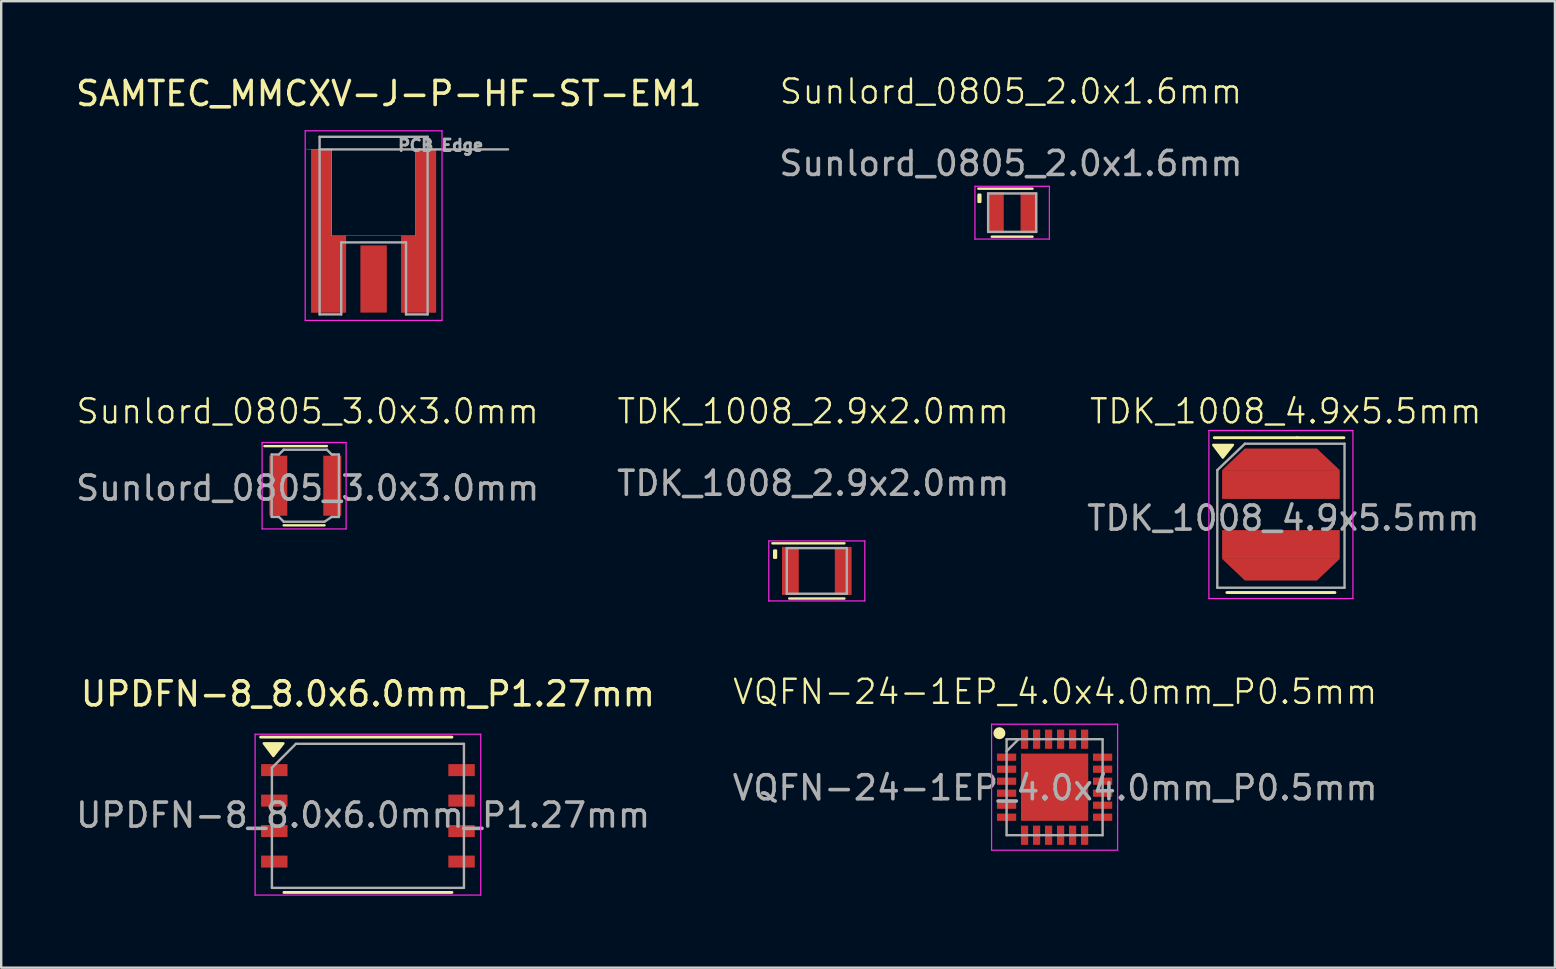
<source format=kicad_pcb>
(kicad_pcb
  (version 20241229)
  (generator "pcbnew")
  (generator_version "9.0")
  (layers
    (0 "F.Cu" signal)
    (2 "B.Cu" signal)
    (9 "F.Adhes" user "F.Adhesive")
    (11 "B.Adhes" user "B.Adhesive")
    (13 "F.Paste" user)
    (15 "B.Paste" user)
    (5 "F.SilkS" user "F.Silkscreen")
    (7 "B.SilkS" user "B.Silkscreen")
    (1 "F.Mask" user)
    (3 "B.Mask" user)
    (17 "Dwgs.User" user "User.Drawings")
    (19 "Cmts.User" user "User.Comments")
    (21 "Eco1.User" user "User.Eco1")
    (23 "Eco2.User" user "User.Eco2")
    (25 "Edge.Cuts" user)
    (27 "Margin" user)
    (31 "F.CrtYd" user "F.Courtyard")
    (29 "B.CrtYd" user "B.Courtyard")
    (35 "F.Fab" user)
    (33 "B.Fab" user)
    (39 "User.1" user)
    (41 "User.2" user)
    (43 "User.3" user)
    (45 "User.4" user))
  (footprint "Sunlord_0805_2.0x1.6mm"
    (layer "F.Cu")
    (at 39.065 1.26)
    (property "Reference" "Sunlord_0805_2.0x1.6mm" (at 0 -0.5 0) (unlocked yes) (layer "F.SilkS") (effects (font (size 1 1) (thickness 0.1))))
    (attr smd)
    (fp_line (start -1.36 3.55) (end 0.9 3.55) (stroke (width 0.1) (type solid)) (layer "F.SilkS"))
    (fp_line (start 0.9 5.55) (end -0.8 5.55) (stroke (width 0.1) (type solid)) (layer "F.SilkS"))
    (fp_rect (start -1.35 3.8) (end -1.275 4.1) (stroke (width 0.1) (type solid)) (fill yes) (layer "F.SilkS"))
    (fp_line (start -1.5 3.45) (end 1.6 3.45) (stroke (width 0.05) (type solid)) (layer "F.CrtYd"))
    (fp_line (start -1.5 5.65) (end -1.5 3.45) (stroke (width 0.05) (type solid)) (layer "F.CrtYd"))
    (fp_line (start 1.6 3.45) (end 1.6 5.65) (stroke (width 0.05) (type solid)) (layer "F.CrtYd"))
    (fp_line (start 1.6 5.65) (end -1.5 5.65) (stroke (width 0.05) (type solid)) (layer "F.CrtYd"))
    (fp_line (start -0.95 3.75) (end 1.05 3.75) (stroke (width 0.1) (type solid)) (layer "F.Fab"))
    (fp_line (start -0.95 5.35) (end -0.95 3.75) (stroke (width 0.1) (type solid)) (layer "F.Fab"))
    (fp_line (start 1.05 3.75) (end 1.05 5.35) (stroke (width 0.1) (type solid)) (layer "F.Fab"))
    (fp_line (start 1.05 5.35) (end -0.95 5.35) (stroke (width 0.1) (type solid)) (layer "F.Fab"))
    (fp_text user "${REFERENCE}" (at 0 2.5 0) (unlocked yes) (layer "F.Fab") (effects (font (size 1 1) (thickness 0.15))))
    (pad "1" smd rect (at -0.65 4.55) (size 0.7 1.7) (layers "F.Cu" "F.Mask" "F.Paste"))
    (pad "2" smd rect (at 0.75 4.55) (size 0.7 1.7) (layers "F.Cu" "F.Mask" "F.Paste")))
  (footprint "TDK_1008_4.9x5.5mm"
    (layer "F.Cu")
    (at 50.311 18.384)
    (property "Reference" "TDK_1008_4.9x5.5mm" (at 0.2 -4.3 0) (unlocked yes) (layer "F.SilkS") (effects (font (size 1 1) (thickness 0.1))))
    (attr smd)
    (fp_line (start 0.675 -3.2) (end -2.775 -3.2) (stroke (width 0.12) (type solid)) (layer "F.SilkS"))
    (fp_line (start 0.675 -3.2) (end 2.625 -3.2) (stroke (width 0.12) (type solid)) (layer "F.SilkS"))
    (fp_line (start 2.25 3.25) (end -2.25 3.25) (stroke (width 0.12) (type solid)) (layer "F.SilkS"))
    (fp_poly (pts (xy -2.82 -2.9) (xy -2 -2.9) (xy -2.42 -2.37)) (stroke (width 0.1) (type solid)) (fill yes) (layer "F.SilkS"))
    (fp_line (start -3 -3.5) (end 3 -3.5) (stroke (width 0.05) (type default)) (layer "F.CrtYd"))
    (fp_line (start -3 3.5) (end -3 -3.5) (stroke (width 0.05) (type default)) (layer "F.CrtYd"))
    (fp_line (start 3 -3.5) (end 3 3.5) (stroke (width 0.05) (type default)) (layer "F.CrtYd"))
    (fp_line (start 3 3.5) (end -3 3.5) (stroke (width 0.05) (type default)) (layer "F.CrtYd"))
    (fp_line (start -2.65 3.05) (end -2.65 -1.85) (stroke (width 0.1) (type default)) (layer "F.Fab"))
    (fp_line (start -1.5 -2.95) (end -2.65 -1.85) (stroke (width 0.1) (type default)) (layer "F.Fab"))
    (fp_line (start -1.5 -2.95) (end 2.65 -2.95) (stroke (width 0.1) (type default)) (layer "F.Fab"))
    (fp_line (start 2.65 -2.95) (end 2.65 3.05) (stroke (width 0.1) (type default)) (layer "F.Fab"))
    (fp_line (start 2.65 3.05) (end -2.65 3.05) (stroke (width 0.1) (type default)) (layer "F.Fab"))
    (fp_text user "${REFERENCE}" (at 0.1 0.15 0) (unlocked yes) (layer "F.Fab") (effects (font (size 1 1) (thickness 0.15))))
    (pad "1" smd trapezoid (at 0 -2.3) (size 3.95 0.9) (rect_delta 0 0.95) (layers "F.Cu" "F.Mask" "F.Paste"))
    (pad "1" smd rect (at 0 -1.25) (size 4.9 1.2) (layers "F.Cu" "F.Mask" "F.Paste"))
    (pad "2" smd rect (at 0 1.25 180) (size 4.9 1.2) (layers "F.Cu" "F.Mask" "F.Paste"))
    (pad "2" smd trapezoid (at 0 2.3 180) (size 3.95 0.9) (rect_delta 0 0.95) (layers "F.Cu" "F.Mask" "F.Paste")))
  (footprint "VQFN-24-1EP_4.0x4.0mm_P0.5mm"
    (layer "F.Cu")
    (at 40.908 26.269)
    (property "Reference" "VQFN-24-1EP_4.0x4.0mm_P0.5mm" (at 0 -0.5 0) (unlocked yes) (layer "F.SilkS") (effects (font (size 1 1) (thickness 0.1))))
    (attr smd)
    (fp_circle (center -2.325 1.225) (end -2.325 1.35) (stroke (width 0.25) (type solid)) (fill no) (layer "F.SilkS"))
    (fp_line (start -2.65 0.85) (end 2.6 0.85) (stroke (width 0.05) (type solid)) (layer "F.CrtYd"))
    (fp_line (start -2.65 6.1) (end -2.65 0.85) (stroke (width 0.05) (type solid)) (layer "F.CrtYd"))
    (fp_line (start 2.6 0.85) (end 2.6 6.1) (stroke (width 0.05) (type solid)) (layer "F.CrtYd"))
    (fp_line (start 2.6 6.1) (end -2.65 6.1) (stroke (width 0.05) (type solid)) (layer "F.CrtYd"))
    (fp_line (start -2.025 1.475) (end 1.975 1.475) (stroke (width 0.1) (type solid)) (layer "F.Fab"))
    (fp_line (start -2.025 1.975) (end -1.525 1.475) (stroke (width 0.1) (type solid)) (layer "F.Fab"))
    (fp_line (start -2.025 5.475) (end -2.025 1.475) (stroke (width 0.1) (type solid)) (layer "F.Fab"))
    (fp_line (start 1.975 1.475) (end 1.975 5.475) (stroke (width 0.1) (type solid)) (layer "F.Fab"))
    (fp_line (start 1.975 5.475) (end -2.025 5.475) (stroke (width 0.1) (type solid)) (layer "F.Fab"))
    (fp_text user "${REFERENCE}" (at 0 3.5 0) (unlocked yes) (layer "F.Fab") (effects (font (size 1 1) (thickness 0.15))))
    (pad "1" smd rect (at -2.025 2.225 90) (size 0.3 0.8) (layers "F.Cu" "F.Mask" "F.Paste"))
    (pad "2" smd rect (at -2.025 2.725 90) (size 0.3 0.8) (layers "F.Cu" "F.Mask" "F.Paste"))
    (pad "3" smd rect (at -2.025 3.225 90) (size 0.3 0.8) (layers "F.Cu" "F.Mask" "F.Paste"))
    (pad "4" smd rect (at -2.025 3.725 90) (size 0.3 0.8) (layers "F.Cu" "F.Mask" "F.Paste"))
    (pad "5" smd rect (at -2.025 4.225 90) (size 0.3 0.8) (layers "F.Cu" "F.Mask" "F.Paste"))
    (pad "6" smd rect (at -2.025 4.725 90) (size 0.3 0.8) (layers "F.Cu" "F.Mask" "F.Paste"))
    (pad "7" smd rect (at -1.275 5.475) (size 0.3 0.8) (layers "F.Cu" "F.Mask" "F.Paste"))
    (pad "8" smd rect (at -0.775 5.475) (size 0.3 0.8) (layers "F.Cu" "F.Mask" "F.Paste"))
    (pad "9" smd rect (at -0.275 5.475) (size 0.3 0.8) (layers "F.Cu" "F.Mask" "F.Paste"))
    (pad "10" smd rect (at 0.225 5.475) (size 0.3 0.8) (layers "F.Cu" "F.Mask" "F.Paste"))
    (pad "11" smd rect (at 0.725 5.475) (size 0.3 0.8) (layers "F.Cu" "F.Mask" "F.Paste"))
    (pad "12" smd rect (at 1.225 5.475) (size 0.3 0.8) (layers "F.Cu" "F.Mask" "F.Paste"))
    (pad "13" smd rect (at 1.975 4.725 90) (size 0.3 0.8) (layers "F.Cu" "F.Mask" "F.Paste"))
    (pad "14" smd rect (at 1.975 4.225 90) (size 0.3 0.8) (layers "F.Cu" "F.Mask" "F.Paste"))
    (pad "15" smd rect (at 1.975 3.725 90) (size 0.3 0.8) (layers "F.Cu" "F.Mask" "F.Paste"))
    (pad "16" smd rect (at 1.975 3.225 90) (size 0.3 0.8) (layers "F.Cu" "F.Mask" "F.Paste"))
    (pad "17" smd rect (at 1.975 2.725 90) (size 0.3 0.8) (layers "F.Cu" "F.Mask" "F.Paste"))
    (pad "18" smd rect (at 1.975 2.225 90) (size 0.3 0.8) (layers "F.Cu" "F.Mask" "F.Paste"))
    (pad "19" smd rect (at 1.225 1.475) (size 0.3 0.8) (layers "F.Cu" "F.Mask" "F.Paste"))
    (pad "20" smd rect (at 0.725 1.475) (size 0.3 0.8) (layers "F.Cu" "F.Mask" "F.Paste"))
    (pad "21" smd rect (at 0.225 1.475) (size 0.3 0.8) (layers "F.Cu" "F.Mask" "F.Paste"))
    (pad "22" smd rect (at -0.275 1.475) (size 0.3 0.8) (layers "F.Cu" "F.Mask" "F.Paste"))
    (pad "23" smd rect (at -0.775 1.475) (size 0.3 0.8) (layers "F.Cu" "F.Mask" "F.Paste"))
    (pad "24" smd rect (at -1.275 1.475) (size 0.3 0.8) (layers "F.Cu" "F.Mask" "F.Paste"))
    (pad "25" smd rect (at -0.025 3.475) (size 2.8 2.8) (layers "F.Cu" "F.Mask" "F.Paste")))
  (footprint "UPDFN-8_8.0x6.0mm_P1.27mm"
    (layer "F.Cu")
    (at 12.277 30.937)
    (property "Reference" "UPDFN-8_8.0x6.0mm_P1.27mm" (at 0 -5.08 0) (layer "F.SilkS") (effects (font (size 1 1) (thickness 0.15))))
    (attr smd)
    (fp_line (start -4.47 -3.28) (end 3.5 -3.28) (stroke (width 0.12) (type solid)) (layer "F.SilkS"))
    (fp_line (start -3.5 3.19) (end 3.5 3.19) (stroke (width 0.12) (type solid)) (layer "F.SilkS"))
    (fp_poly (pts (xy -4.34 -3.02) (xy -3.52 -3.02) (xy -3.94 -2.49)) (stroke (width 0.1) (type solid)) (fill yes) (layer "F.SilkS"))
    (fp_line (start -4.7 -3.4) (end 4.7 -3.4) (stroke (width 0.05) (type solid)) (layer "F.CrtYd"))
    (fp_line (start -4.7 3.3) (end -4.7 -3.4) (stroke (width 0.05) (type solid)) (layer "F.CrtYd"))
    (fp_line (start 4.7 -3.4) (end 4.7 3.3) (stroke (width 0.05) (type solid)) (layer "F.CrtYd"))
    (fp_line (start 4.7 3.3) (end -4.7 3.3) (stroke (width 0.05) (type solid)) (layer "F.CrtYd"))
    (fp_line (start -4 3) (end -4 -2) (stroke (width 0.1) (type solid)) (layer "F.Fab"))
    (fp_line (start -3 -3) (end -4 -2) (stroke (width 0.1) (type default)) (layer "F.Fab"))
    (fp_line (start -3 -3) (end 4 -3) (stroke (width 0.1) (type solid)) (layer "F.Fab"))
    (fp_line (start 4 -3) (end 4 3) (stroke (width 0.1) (type solid)) (layer "F.Fab"))
    (fp_line (start 4 3) (end -4 3) (stroke (width 0.1) (type solid)) (layer "F.Fab"))
    (fp_text user "${REFERENCE}" (at -0.2 -0.03 0) (layer "F.Fab") (effects (font (size 1 1) (thickness 0.15))))
    (pad "1" smd rect (at -3.9 -1.905 270) (size 0.5 1.1) (layers "F.Cu" "F.Mask" "F.Paste"))
    (pad "2" smd rect (at -3.9 -0.635 270) (size 0.5 1.1) (layers "F.Cu" "F.Mask" "F.Paste"))
    (pad "3" smd rect (at -3.9 0.635 270) (size 0.5 1.1) (layers "F.Cu" "F.Mask" "F.Paste"))
    (pad "4" smd rect (at -3.9 1.905 270) (size 0.5 1.1) (layers "F.Cu" "F.Mask" "F.Paste"))
    (pad "5" smd rect (at 3.9 1.905 270) (size 0.5 1.1) (layers "F.Cu" "F.Mask" "F.Paste"))
    (pad "6" smd rect (at 3.9 0.635 270) (size 0.5 1.1) (layers "F.Cu" "F.Mask" "F.Paste"))
    (pad "7" smd rect (at 3.9 -0.635 270) (size 0.5 1.1) (layers "F.Cu" "F.Mask" "F.Paste"))
    (pad "8" smd rect (at 3.9 -1.905 270) (size 0.5 1.1) (layers "F.Cu" "F.Mask" "F.Paste")))
  (footprint "Sunlord_0805_3.0x3.0mm"
    (layer "F.Cu")
    (at 9.768 14.584)
    (property "Reference" "Sunlord_0805_3.0x3.0mm" (at 0 -0.5 0) (unlocked yes) (layer "F.SilkS") (effects (font (size 1 1) (thickness 0.1))))
    (attr smd)
    (fp_line (start -1.8 0.95) (end 0.8 0.95) (stroke (width 0.1) (type solid)) (layer "F.SilkS"))
    (fp_line (start 0.7 4.25) (end -1 4.25) (stroke (width 0.1) (type solid)) (layer "F.SilkS"))
    (fp_line (start -1.9 0.8) (end 1.6 0.8) (stroke (width 0.05) (type solid)) (layer "F.CrtYd"))
    (fp_line (start -1.9 4.4) (end -1.9 0.8) (stroke (width 0.05) (type default)) (layer "F.CrtYd"))
    (fp_line (start 1.6 0.8) (end 1.6 4.4) (stroke (width 0.05) (type solid)) (layer "F.CrtYd"))
    (fp_line (start 1.6 4.4) (end -1.9 4.4) (stroke (width 0.05) (type solid)) (layer "F.CrtYd"))
    (fp_line (start -1.5 1.3) (end -1.2 1.3) (stroke (width 0.1) (type default)) (layer "F.Fab"))
    (fp_line (start -1.5 3.9) (end -1.5 1.3) (stroke (width 0.1) (type solid)) (layer "F.Fab"))
    (fp_line (start -1.5 3.9) (end -1.2 3.9) (stroke (width 0.1) (type default)) (layer "F.Fab"))
    (fp_line (start -1.2 1.3) (end -1 1.1) (stroke (width 0.1) (type default)) (layer "F.Fab"))
    (fp_line (start -1.2 3.9) (end -1 4.1) (stroke (width 0.1) (type default)) (layer "F.Fab"))
    (fp_line (start -1 1.1) (end 0.8 1.1) (stroke (width 0.1) (type solid)) (layer "F.Fab"))
    (fp_line (start 0.7 4.1) (end -1 4.1) (stroke (width 0.1) (type solid)) (layer "F.Fab"))
    (fp_line (start 1 1.3) (end 0.8 1.1) (stroke (width 0.1) (type default)) (layer "F.Fab"))
    (fp_line (start 1 3.9) (end 0.7 4.1) (stroke (width 0.1) (type default)) (layer "F.Fab"))
    (fp_line (start 1.1 1.3) (end 1 1.3) (stroke (width 0.1) (type default)) (layer "F.Fab"))
    (fp_line (start 1.3 1.3) (end 1.1 1.3) (stroke (width 0.1) (type default)) (layer "F.Fab"))
    (fp_line (start 1.3 1.3) (end 1.3 3.9) (stroke (width 0.1) (type solid)) (layer "F.Fab"))
    (fp_line (start 1.3 3.9) (end 1 3.9) (stroke (width 0.1) (type default)) (layer "F.Fab"))
    (fp_text user "${REFERENCE}" (at 0 2.7 0) (unlocked yes) (layer "F.Fab") (effects (font (size 1 1) (thickness 0.15))))
    (pad "1" smd rect (at -1.225 2.6) (size 0.75 2.5) (layers "F.Cu" "F.Mask" "F.Paste"))
    (pad "2" smd rect (at 1.025 2.6) (size 0.75 2.5) (layers "F.Cu" "F.Mask" "F.Paste")))
  (footprint "TDK_1008_2.9x2.0mm"
    (layer "F.Cu")
    (at 30.827 14.584)
    (property "Reference" "TDK_1008_2.9x2.0mm" (at 0 -0.5 0) (unlocked yes) (layer "F.SilkS") (effects (font (size 1 1) (thickness 0.1))))
    (attr smd)
    (fp_line (start -1.7 5) (end 1.3 5) (stroke (width 0.1) (type solid)) (layer "F.SilkS"))
    (fp_line (start 1.3 7.3) (end -1 7.3) (stroke (width 0.1) (type solid)) (layer "F.SilkS"))
    (fp_rect (start -1.625 5.3) (end -1.55 5.6) (stroke (width 0.1) (type solid)) (fill yes) (layer "F.SilkS"))
    (fp_line (start -1.85 4.9) (end 2.15 4.9) (stroke (width 0.05) (type solid)) (layer "F.CrtYd"))
    (fp_line (start -1.85 7.4) (end -1.85 4.9) (stroke (width 0.05) (type solid)) (layer "F.CrtYd"))
    (fp_line (start 2.15 4.9) (end 2.15 7.4) (stroke (width 0.05) (type solid)) (layer "F.CrtYd"))
    (fp_line (start 2.15 7.4) (end -1.85 7.4) (stroke (width 0.05) (type solid)) (layer "F.CrtYd"))
    (fp_line (start -1.1 5.2) (end 1.4 5.2) (stroke (width 0.1) (type solid)) (layer "F.Fab"))
    (fp_line (start -1.1 7.1) (end -1.1 5.2) (stroke (width 0.1) (type solid)) (layer "F.Fab"))
    (fp_line (start 1.4 5.2) (end 1.4 7.1) (stroke (width 0.1) (type solid)) (layer "F.Fab"))
    (fp_line (start 1.4 7.1) (end -1.1 7.1) (stroke (width 0.1) (type solid)) (layer "F.Fab"))
    (fp_text user "${REFERENCE}" (at 0 2.5 0) (unlocked yes) (layer "F.Fab") (effects (font (size 1 1) (thickness 0.15))))
    (pad "1" smd rect (at -0.95 6.15) (size 0.7 2) (layers "F.Cu" "F.Mask" "F.Paste"))
    (pad "2" smd rect (at 1.25 6.15) (size 0.7 2) (layers "F.Cu" "F.Mask" "F.Paste")))
  (footprint "SAMTEC_MMCXV-J-P-HF-ST-EM1"
    (layer "F.Cu")
    (at 12.514 6.563)
    (property "Reference" "SAMTEC_MMCXV-J-P-HF-ST-EM1" (at 0.635 -5.715 0) (layer "F.SilkS") (effects (font (size 1 1) (thickness 0.15))))
    (attr smd)
    (fp_poly (pts (xy -2.7 -3.49) (xy -2.7 3.51) (xy -1.05 3.51) (xy -1.05 0.11) (xy -1.28 0.11) (xy -1.64 0.11) (xy -1.64 -3.49)) (stroke (width 0.01) (type solid)) (fill yes) (layer "F.Mask"))
    (fp_poly (pts (xy 2.7 -3.49) (xy 2.7 3.51) (xy 1.05 3.51) (xy 1.05 0.11) (xy 1.28 0.11) (xy 1.64 0.11) (xy 1.64 -3.49)) (stroke (width 0.01) (type solid)) (fill yes) (layer "F.Mask"))
    (fp_poly (pts (xy -2.6 -3.39) (xy -2.6 3.41) (xy -1.15 3.41) (xy -1.15 0.21) (xy -1.23 0.21) (xy -1.74 0.21) (xy -1.74 -3.39)) (stroke (width 0.01) (type solid)) (fill yes) (layer "F.Paste"))
    (fp_poly (pts (xy 2.6 -3.39) (xy 2.6 3.41) (xy 1.15 3.41) (xy 1.15 0.21) (xy 1.23 0.21) (xy 1.74 0.21) (xy 1.74 -3.39)) (stroke (width 0.01) (type solid)) (fill yes) (layer "F.Paste"))
    (fp_line (start -2.8 -3.39) (end -1.74 -3.39) (stroke (width 0.01) (type solid)) (layer "Edge.Cuts"))
    (fp_line (start -1.74 -3.39) (end -1.74 0.21) (stroke (width 0.01) (type solid)) (layer "Edge.Cuts"))
    (fp_line (start -1.74 0.21) (end -1.23 0.21) (stroke (width 0.01) (type solid)) (layer "Edge.Cuts"))
    (fp_line (start -1.23 0.21) (end 1.23 0.21) (stroke (width 0.01) (type solid)) (layer "Edge.Cuts"))
    (fp_line (start 1.23 0.21) (end 1.74 0.21) (stroke (width 0.01) (type solid)) (layer "Edge.Cuts"))
    (fp_line (start 1.74 -3.39) (end 2.8 -3.39) (stroke (width 0.01) (type solid)) (layer "Edge.Cuts"))
    (fp_line (start 1.74 0.21) (end 1.74 -3.39) (stroke (width 0.01) (type solid)) (layer "Edge.Cuts"))
    (fp_line (start -2.85 -4.165) (end 2.85 -4.165) (stroke (width 0.05) (type solid)) (layer "F.CrtYd"))
    (fp_line (start -2.85 3.735) (end -2.85 -4.165) (stroke (width 0.05) (type solid)) (layer "F.CrtYd"))
    (fp_line (start 2.85 -4.165) (end 2.85 3.735) (stroke (width 0.05) (type solid)) (layer "F.CrtYd"))
    (fp_line (start 2.85 3.735) (end -2.85 3.735) (stroke (width 0.05) (type solid)) (layer "F.CrtYd"))
    (fp_line (start -2.25 -3.915) (end 2.25 -3.915) (stroke (width 0.1) (type solid)) (layer "F.Fab"))
    (fp_line (start -2.25 -3.39) (end -2.25 -3.915) (stroke (width 0.1) (type solid)) (layer "F.Fab"))
    (fp_line (start -2.25 -3.39) (end 5.6 -3.39) (stroke (width 0.1) (type solid)) (layer "F.Fab"))
    (fp_line (start -2.25 3.485) (end -2.25 -3.39) (stroke (width 0.1) (type solid)) (layer "F.Fab"))
    (fp_line (start -1.35 0.485) (end -1.35 3.485) (stroke (width 0.1) (type solid)) (layer "F.Fab"))
    (fp_line (start -1.35 0.485) (end 1.35 0.485) (stroke (width 0.1) (type solid)) (layer "F.Fab"))
    (fp_line (start -1.35 3.485) (end -2.25 3.485) (stroke (width 0.1) (type solid)) (layer "F.Fab"))
    (fp_line (start 1.35 0.485) (end 1.35 3.485) (stroke (width 0.1) (type solid)) (layer "F.Fab"))
    (fp_line (start 2.25 -3.915) (end 2.25 3.485) (stroke (width 0.1) (type solid)) (layer "F.Fab"))
    (fp_line (start 2.25 3.485) (end 1.35 3.485) (stroke (width 0.1) (type solid)) (layer "F.Fab"))
    (fp_text user "PCB Edge" (at 2.794 -3.556 0) (layer "F.Fab") (effects (font (size 0.48 0.48) (thickness 0.15))))
    (pad "1" smd rect (at 0 2.01) (size 1.1 2.8) (layers "F.Cu" "F.Mask" "F.Paste"))
    (pad "S1" smd custom (at -1.8 2.01) (size 1.1 2.8) (layers "F.Cu") (options (anchor rect)) (primitives (gr_poly (pts (xy -0.8 -5.4) (xy -0.8 1.4) (xy 0.65 1.4) (xy 0.65 -1.8) (xy 0.57 -1.8) (xy 0.06 -1.8) (xy 0.06 -5.4)) (width 0.01) (fill yes))))
    (pad "S2" smd custom (at 1.8 2.01) (size 1.1 2.8) (layers "F.Cu") (options (anchor rect)) (primitives (gr_poly (pts (xy 0.8 -5.4) (xy 0.8 1.4) (xy -0.65 1.4) (xy -0.65 -1.8) (xy -0.57 -1.8) (xy -0.06 -1.8) (xy -0.06 -5.4)) (width 0.01) (fill yes)))))
  (gr_rect
    (start -3 -3)
    (end 61.727 37.262)
    (stroke (width 0.1) (type default))
    (fill no)
    (layer "Edge.Cuts")))
</source>
